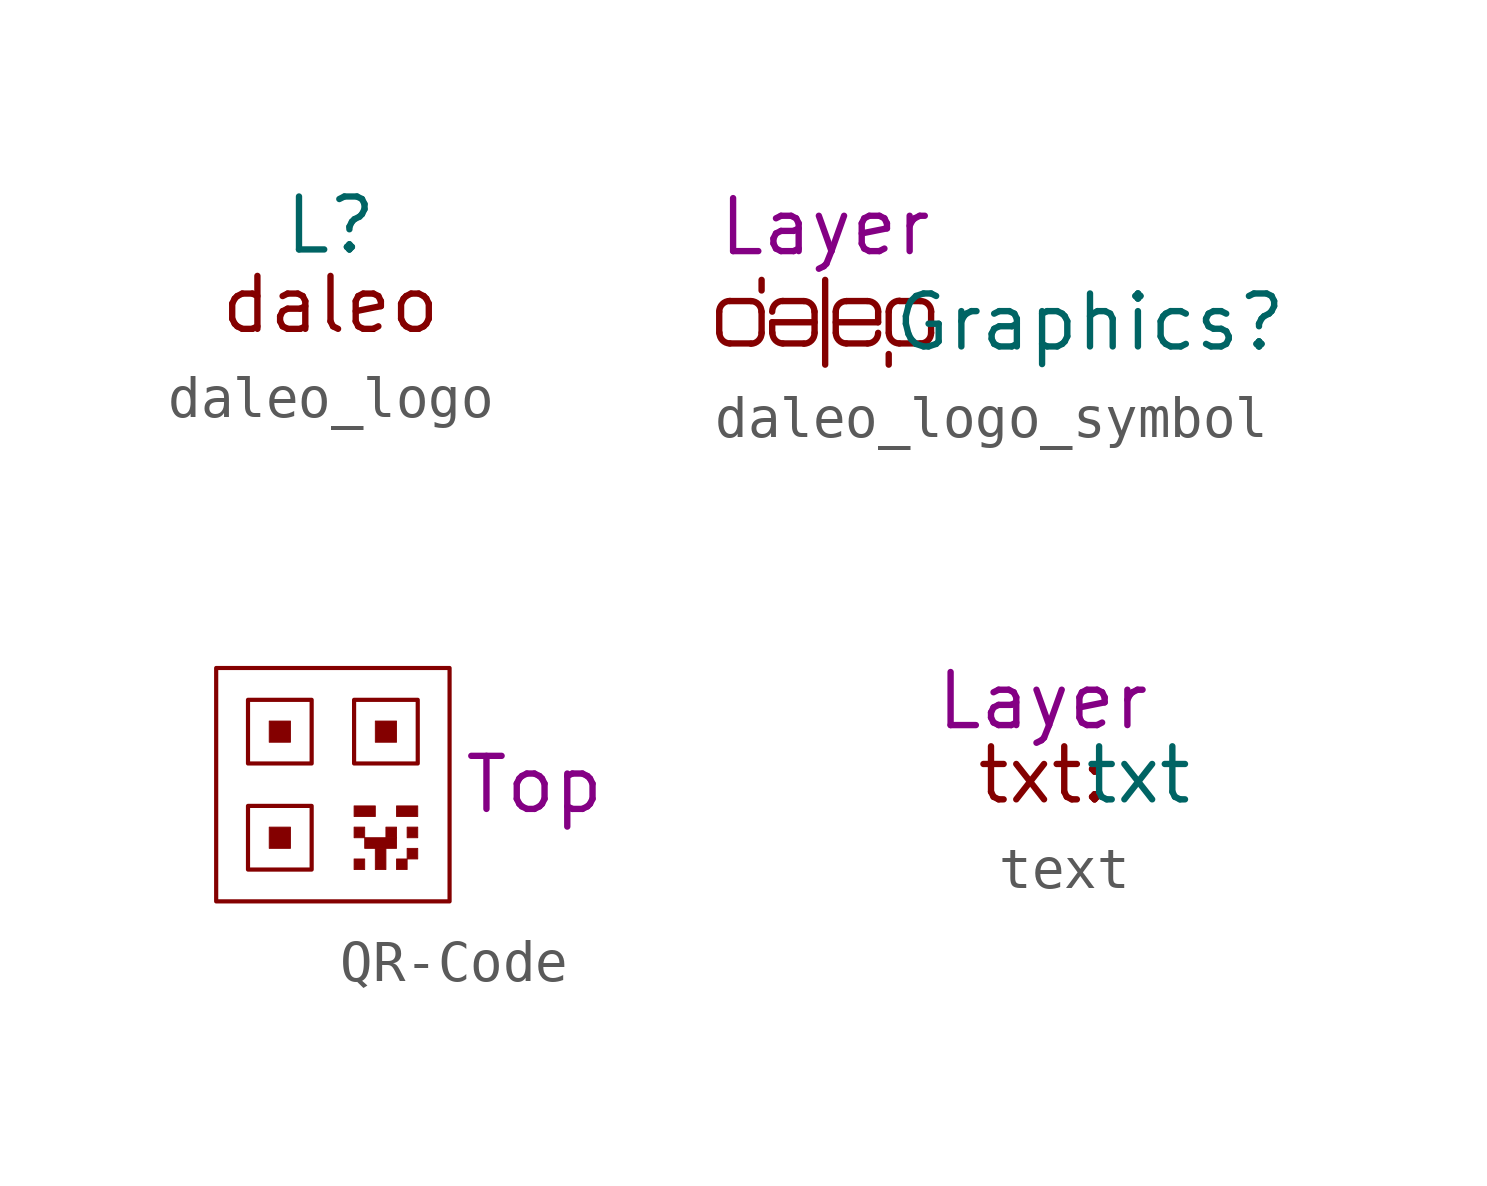
<source format=kicad_sym>
(kicad_symbol_lib
  (version 20241209)
  (generator "kicad_symbol_editor")
  (generator_version "9.0")
  (symbol "daleo_logo"
    (pin_numbers
      (hide yes))
    (pin_names
      (hide yes))
    (property "Reference" "L"
      (at 0 0 0)
      (effects (font (size 1.27 1.27))))
    (property "Value" ""
      (at 0 0 0)
      (effects (font (size 1.27 1.27))))
    (symbol "daleo_logo_1_1"
      (text "daleo" (at 0 -1.905 0) (effects (font (size 1.27 1.27))))))
  (symbol "daleo_logo_symbol"
    (pin_numbers
      (hide yes))
    (pin_names
      (offset 0)
      (hide yes))
    (property "Reference" "Graphics"
      (at 6.35 0 0)
      (effects (font (size 1.27 1.27))))
    (property "Value" ""
      (at 0.762 0 0)
      (effects (font (size 1.27 1.27))))
    (property "Layer" "Layer"
      (at 0 2.286 0)
      (effects (font (size 1.27 1.27))))
    (symbol "daleo_logo_symbol_0_1"
      (polyline (pts (xy -2.54 0.254) (xy -2.54 -0.254)) (stroke (width 0) (type default)) (fill (type none)))
      (arc (start -2.54 0.254) (mid -2.4656 0.4336) (end -2.286 0.508) (stroke (width 0) (type default)) (fill (type none)))
      (arc (start -2.286 -0.508) (mid -2.4656 -0.4336) (end -2.54 -0.254) (stroke (width 0) (type default)) (fill (type none)))
      (polyline (pts (xy -2.286 -0.508) (xy -1.778 -0.508)) (stroke (width 0) (type default)) (fill (type none)))
      (polyline (pts (xy -1.778 0.508) (xy -2.286 0.508)) (stroke (width 0) (type default)) (fill (type none)))
      (arc (start -1.778 0.508) (mid -1.5984 0.4336) (end -1.524 0.254) (stroke (width 0) (type default)) (fill (type none)))
      (arc (start -1.524 -0.254) (mid -1.5984 -0.4336) (end -1.778 -0.508) (stroke (width 0) (type default)) (fill (type none)))
      (polyline (pts (xy -1.524 1.016) (xy -1.524 0.762)) (stroke (width 0) (type default)) (fill (type none)))
      (polyline (pts (xy -1.524 -0.254) (xy -1.524 0.254)) (stroke (width 0) (type default)) (fill (type none)))
      (polyline (pts (xy -1.27 0) (xy -1.27 -0.254)) (stroke (width 0) (type default)) (fill (type none)))
      (arc (start -1.27 0.254) (mid -1.1956 0.4336) (end -1.016 0.508) (stroke (width 0) (type default)) (fill (type none)))
      (arc (start -1.016 -0.508) (mid -1.1956 -0.4336) (end -1.27 -0.254) (stroke (width 0) (type default)) (fill (type none)))
      (polyline (pts (xy -1.016 -0.508) (xy -0.508 -0.508)) (stroke (width 0) (type default)) (fill (type none)))
      (polyline (pts (xy -0.508 0.508) (xy -1.016 0.508)) (stroke (width 0) (type default)) (fill (type none)))
      (arc (start -0.508 0.508) (mid -0.3284 0.4336) (end -0.254 0.254) (stroke (width 0) (type default)) (fill (type none)))
      (arc (start -0.254 -0.254) (mid -0.3284 -0.4336) (end -0.508 -0.508) (stroke (width 0) (type default)) (fill (type none)))
      (polyline (pts (xy -0.254 0) (xy -1.27 0)) (stroke (width 0) (type default)) (fill (type none)))
      (polyline (pts (xy -0.254 -0.254) (xy -0.254 0.254)) (stroke (width 0) (type default)) (fill (type none)))
      (polyline (pts (xy 0 -1.016) (xy 0 1.016)) (stroke (width 0) (type default)) (fill (type none)))
      (polyline (pts (xy 0.254 0.254) (xy 0.254 -0.254)) (stroke (width 0) (type default)) (fill (type none)))
      (polyline (pts (xy 0.254 0) (xy 1.27 0)) (stroke (width 0) (type default)) (fill (type none)))
      (arc (start 0.254 0.254) (mid 0.3284 0.4336) (end 0.508 0.508) (stroke (width 0) (type default)) (fill (type none)))
      (arc (start 0.508 -0.508) (mid 0.3284 -0.4336) (end 0.254 -0.254) (stroke (width 0) (type default)) (fill (type none)))
      (polyline (pts (xy 0.508 -0.508) (xy 1.016 -0.508)) (stroke (width 0) (type default)) (fill (type none)))
      (polyline (pts (xy 1.016 0.508) (xy 0.508 0.508)) (stroke (width 0) (type default)) (fill (type none)))
      (arc (start 1.016 0.508) (mid 1.1956 0.4336) (end 1.27 0.254) (stroke (width 0) (type default)) (fill (type none)))
      (arc (start 1.27 -0.254) (mid 1.1956 -0.4336) (end 1.016 -0.508) (stroke (width 0) (type default)) (fill (type none)))
      (polyline (pts (xy 1.27 0) (xy 1.27 0.254)) (stroke (width 0) (type default)) (fill (type none)))
      (polyline (pts (xy 1.524 0.254) (xy 1.524 -0.254)) (stroke (width 0) (type default)) (fill (type none)))
      (polyline (pts (xy 1.524 -1.016) (xy 1.524 -0.762)) (stroke (width 0) (type default)) (fill (type none)))
      (arc (start 1.778 -0.508) (mid 1.5984 -0.4336) (end 1.524 -0.254) (stroke (width 0) (type default)) (fill (type none)))
      (polyline (pts (xy 1.778 -0.508) (xy 2.286 -0.508)) (stroke (width 0) (type default)) (fill (type none)))
      (arc (start 1.524 0.254) (mid 1.5997 0.4318) (end 1.778 0.508) (stroke (width 0) (type default)) (fill (type none)))
      (polyline (pts (xy 2.286 0.508) (xy 1.778 0.508)) (stroke (width 0) (type default)) (fill (type none)))
      (arc (start 2.286 0.508) (mid 2.4656 0.4336) (end 2.54 0.254) (stroke (width 0) (type default)) (fill (type none)))
      (arc (start 2.54 -0.254) (mid 2.4656 -0.4336) (end 2.286 -0.508) (stroke (width 0) (type default)) (fill (type none)))
      (polyline (pts (xy 2.54 -0.254) (xy 2.54 0.254)) (stroke (width 0) (type default)) (fill (type none)))))
  (symbol "QR-Code"
    (property "Reference" "Graphics"
      (at 0.254 4.064 0)
      (effects (font (size 1.27 1.27)) (hide yes)))
    (property "Value" ""
      (at 8.382 -1.27 0)
      (effects (font (size 1.27 1.27))))
    (property "Layer" "Top"
      (at 4.826 0 0)
      (effects (font (size 1.27 1.27))))
    (symbol "QR-Code_0_1"
      (rectangle (start -2.032 2.032) (end -0.508 0.508) (stroke (width 0.1) (type default)) (fill (type none)))
      (rectangle (start -2.032 -0.508) (end -0.508 -2.032) (stroke (width 0.1) (type default)) (fill (type none)))
      (rectangle (start 0.508 2.032) (end 2.032 0.508) (stroke (width 0.1) (type default)) (fill (type none))))
    (symbol "QR-Code_1_1"
      (rectangle (start -2.794 2.794) (end 2.794 -2.794) (stroke (width 0.1) (type default)) (fill (type none)))
      (rectangle (start -1.524 1.524) (end -1.016 1.016) (stroke (width 0.01) (type solid)) (fill (type outline)))
      (rectangle (start -1.524 -1.016) (end -1.016 -1.524) (stroke (width 0.01) (type solid)) (fill (type outline)))
      (rectangle (start 0.508 -0.508) (end 1.016 -0.762) (stroke (width 0.01) (type solid)) (fill (type outline)))
      (rectangle (start 0.508 -1.016) (end 0.762 -1.27) (stroke (width 0.01) (type solid)) (fill (type outline)))
      (rectangle (start 0.508 -1.778) (end 0.762 -2.032) (stroke (width 0.01) (type solid)) (fill (type outline)))
      (rectangle (start 0.762 -1.27) (end 1.524 -1.524) (stroke (width 0.01) (type solid)) (fill (type outline)))
      (rectangle (start 1.016 1.524) (end 1.524 1.016) (stroke (width 0.01) (type solid)) (fill (type outline)))
      (rectangle (start 1.016 -1.524) (end 1.27 -2.032) (stroke (width 0.01) (type solid)) (fill (type outline)))
      (rectangle (start 1.27 -1.016) (end 1.524 -1.27) (stroke (width 0.01) (type solid)) (fill (type outline)))
      (rectangle (start 1.524 -0.508) (end 2.032 -0.762) (stroke (width 0.01) (type solid)) (fill (type outline)))
      (rectangle (start 1.524 -1.778) (end 1.778 -2.032) (stroke (width 0.01) (type solid)) (fill (type outline)))
      (rectangle (start 1.778 -1.016) (end 2.032 -1.27) (stroke (width 0.01) (type solid)) (fill (type outline)))
      (rectangle (start 1.778 -1.524) (end 2.032 -1.778) (stroke (width 0.01) (type solid)) (fill (type outline)))))
  (symbol "text"
    (property "Reference" "txt"
      (at -0.254 1.524 0)
      (effects (font (size 1.27 1.27)) (hide yes)))
    (property "Value" "txt"
      (at 2.286 0 0)
      (effects (font (size 1.27 1.27))))
    (property "Layer" "Layer"
      (at 0 1.778 0)
      (effects (font (size 1.27 1.27))))
    (symbol "text_1_1"
      (text "txt:" (at 0 0 0) (effects (font (size 1.27 1.27)))))))
</source>
